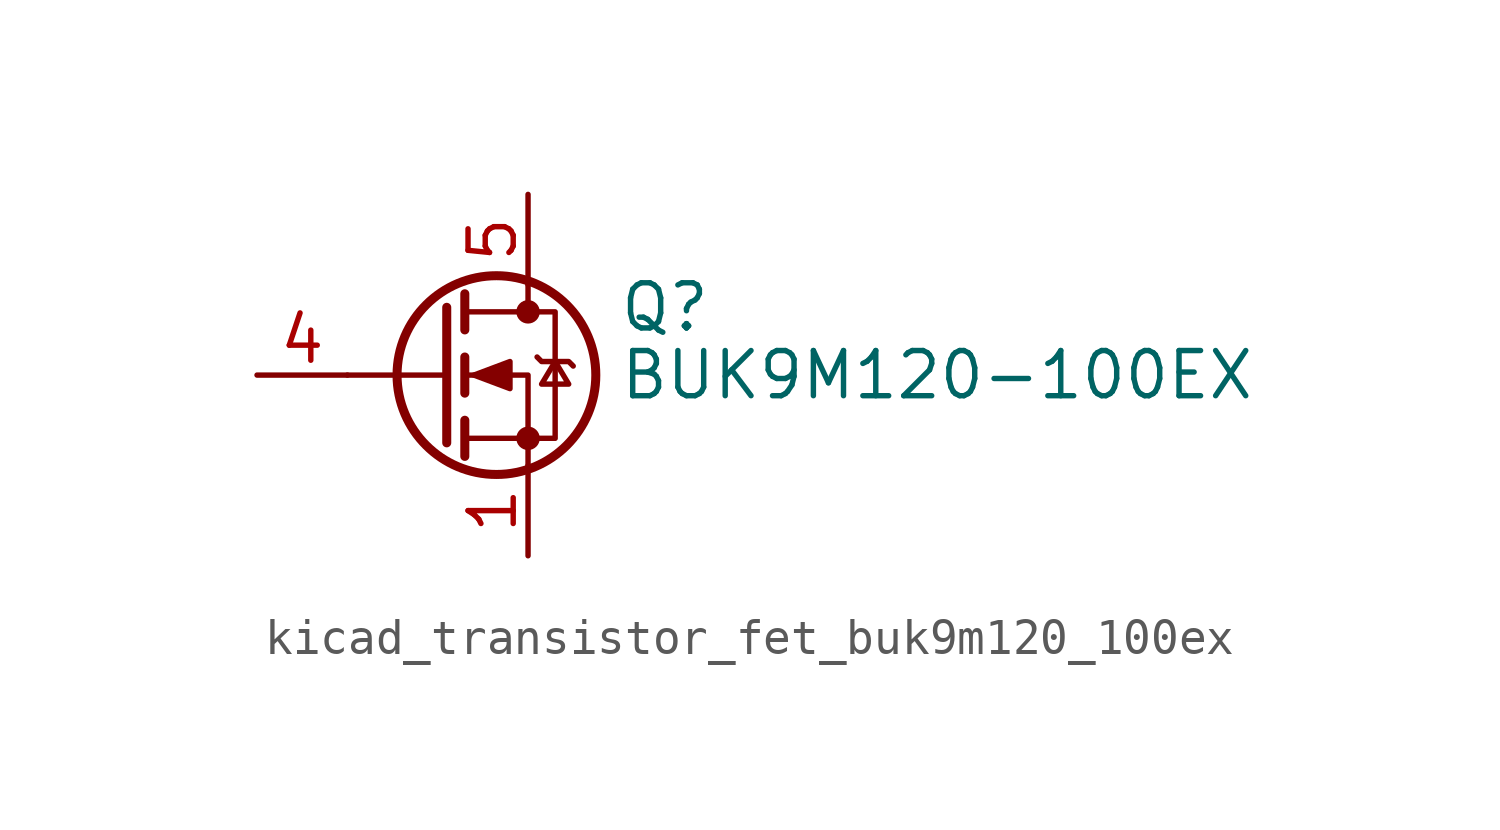
<source format=kicad_sym>
(kicad_symbol_lib
  (version 20220914)
  (generator kicad_symbol_editor)
  (symbol "kicad_transistor_fet_buk9m120_100ex"
    (pin_names hide)
    (property "Reference" "Q"
      (at 5.08 1.905 0)
      (effects (font (size 1.27 1.27)) (justify left)))
    (property "Value" "BUK9M120-100EX"
      (at 5.08 0 0)
      (effects (font (size 1.27 1.27)) (justify left)))
    (symbol "kicad_transistor_fet_buk9m120_100ex_0_1"
      (polyline (pts (xy 0.254 0) (xy -2.54 0)) (stroke (width 0) (type default)) (fill (type none)))
      (polyline (pts (xy 0.254 1.905) (xy 0.254 -1.905)) (stroke (width 0.254) (type default)) (fill (type none)))
      (polyline (pts (xy 0.762 -1.27) (xy 0.762 -2.286)) (stroke (width 0.254) (type default)) (fill (type none)))
      (polyline (pts (xy 0.762 0.508) (xy 0.762 -0.508)) (stroke (width 0.254) (type default)) (fill (type none)))
      (polyline (pts (xy 0.762 2.286) (xy 0.762 1.27)) (stroke (width 0.254) (type default)) (fill (type none)))
      (polyline (pts (xy 2.54 2.54) (xy 2.54 1.778)) (stroke (width 0) (type default)) (fill (type none)))
      (polyline (pts (xy 2.54 -2.54) (xy 2.54 0) (xy 0.762 0)) (stroke (width 0) (type default)) (fill (type none)))
      (polyline (pts (xy 0.762 -1.778) (xy 3.302 -1.778) (xy 3.302 1.778) (xy 0.762 1.778)) (stroke (width 0) (type default)) (fill (type none)))
      (polyline (pts (xy 1.016 0) (xy 2.032 0.381) (xy 2.032 -0.381) (xy 1.016 0)) (stroke (width 0) (type default)) (fill (type outline)))
      (polyline (pts (xy 2.794 0.508) (xy 2.921 0.381) (xy 3.683 0.381) (xy 3.81 0.254)) (stroke (width 0) (type default)) (fill (type none)))
      (polyline (pts (xy 3.302 0.381) (xy 2.921 -0.254) (xy 3.683 -0.254) (xy 3.302 0.381)) (stroke (width 0) (type default)) (fill (type none)))
      (circle (center 1.651 0) (radius 2.794) (stroke (width 0.254) (type default)) (fill (type none)))
      (circle (center 2.54 -1.778) (radius 0.254) (stroke (width 0) (type default)) (fill (type outline)))
      (circle (center 2.54 1.778) (radius 0.254) (stroke (width 0) (type default)) (fill (type outline))))
    (symbol "kicad_transistor_fet_buk9m120_100ex_1_1"
      (pin passive line (at 2.54 -5.08 90) (length 2.54) (name "S" (effects (font (size 1.27 1.27)))) (number "1" (effects (font (size 1.27 1.27)))))
      (pin passive line (at 2.54 -5.08 90) (length 2.54) hide (name "S" (effects (font (size 1.27 1.27)))) (number "2" (effects (font (size 1.27 1.27)))))
      (pin passive line (at 2.54 -5.08 90) (length 2.54) hide (name "S" (effects (font (size 1.27 1.27)))) (number "3" (effects (font (size 1.27 1.27)))))
      (pin passive line (at -5.08 0 0) (length 2.54) (name "G" (effects (font (size 1.27 1.27)))) (number "4" (effects (font (size 1.27 1.27)))))
      (pin passive line (at 2.54 5.08 270) (length 2.54) (name "D" (effects (font (size 1.27 1.27)))) (number "5" (effects (font (size 1.27 1.27))))))))
</source>
